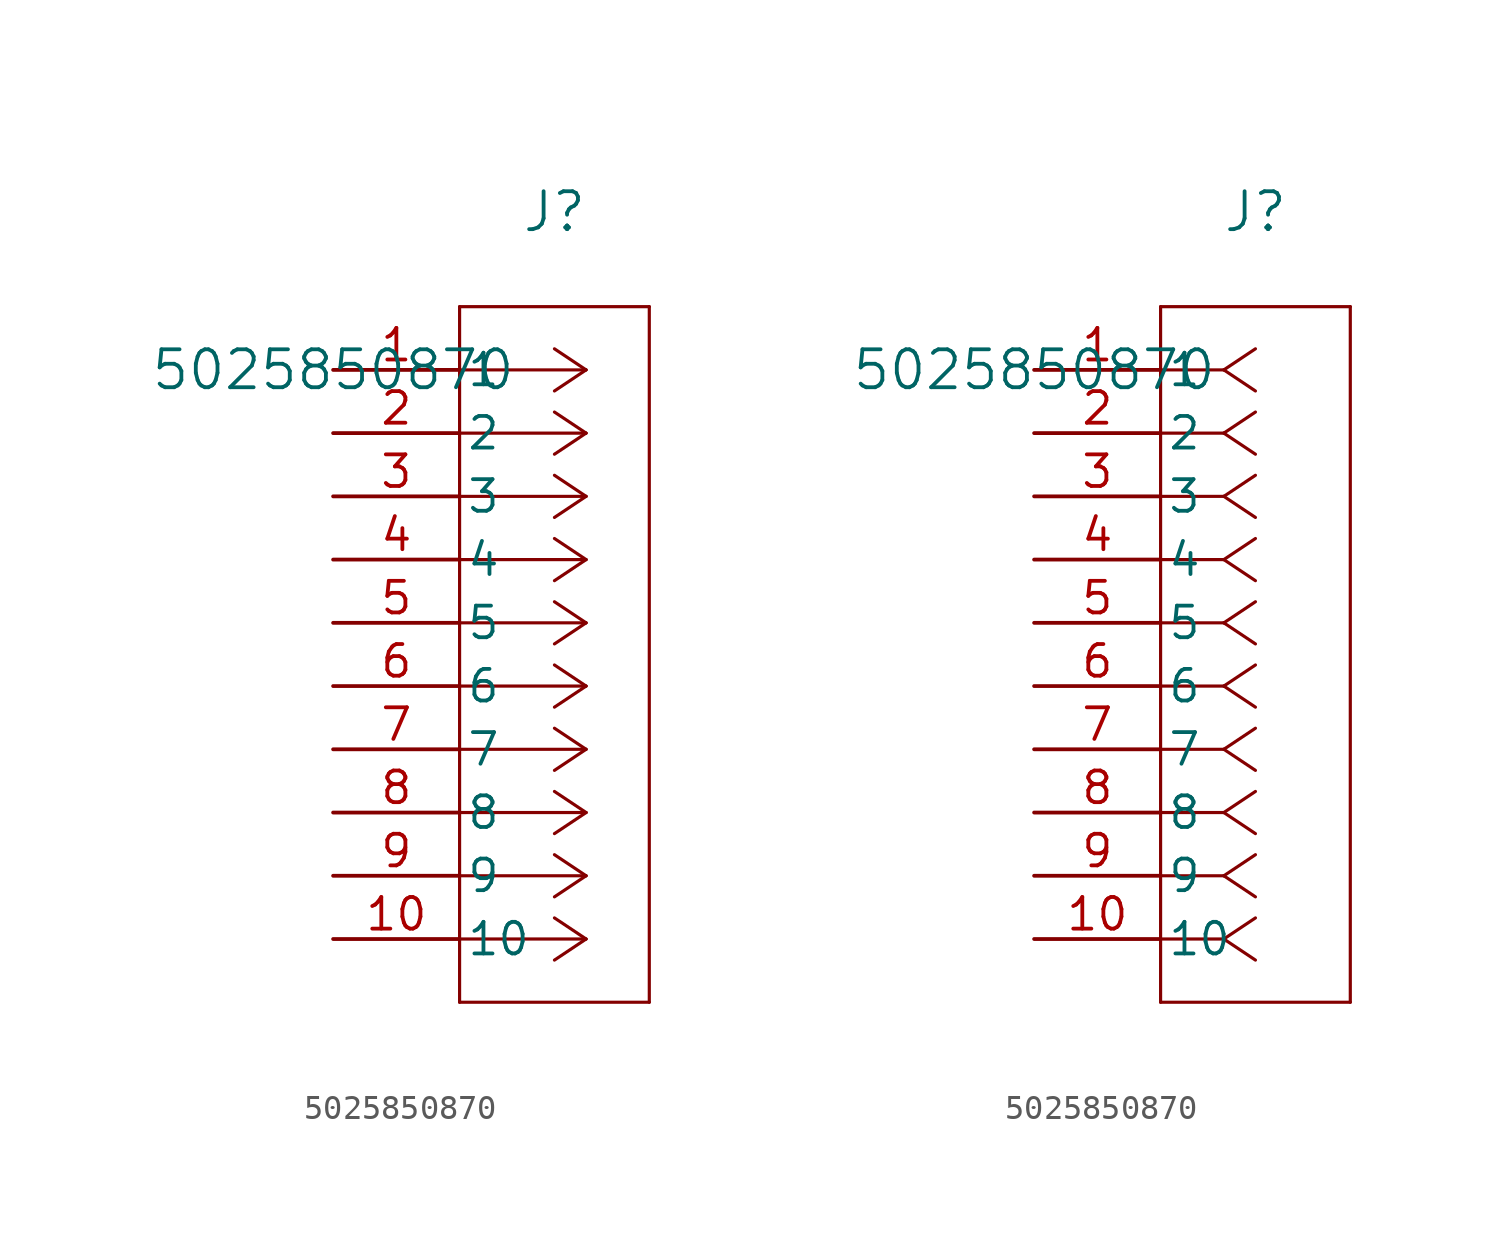
<source format=kicad_sym>
(kicad_symbol_lib
  (version 20211014)
  (generator kicad_symbol_editor)
  (symbol "5025850870"
    (pin_names
      (offset 0.254))
    (property "Reference" "J"
      (at 8.89 6.35 0)
      (effects (font (size 1.524 1.524))))
    (property "Value" "5025850870"
      (at 0 0 0)
      (effects (font (size 1.524 1.524))))
    (symbol "5025850870_1_1"
      (polyline (pts (xy 10.16 0) (xy 5.08 0)) (stroke (width 0.127) (type default) (color 0 0 0 0)) (fill (type none)))
      (polyline (pts (xy 10.16 -2.54) (xy 5.08 -2.54)) (stroke (width 0.127) (type default) (color 0 0 0 0)) (fill (type none)))
      (polyline (pts (xy 10.16 -5.08) (xy 5.08 -5.08)) (stroke (width 0.127) (type default) (color 0 0 0 0)) (fill (type none)))
      (polyline (pts (xy 10.16 -7.62) (xy 5.08 -7.62)) (stroke (width 0.127) (type default) (color 0 0 0 0)) (fill (type none)))
      (polyline (pts (xy 10.16 -10.16) (xy 5.08 -10.16)) (stroke (width 0.127) (type default) (color 0 0 0 0)) (fill (type none)))
      (polyline (pts (xy 10.16 -12.7) (xy 5.08 -12.7)) (stroke (width 0.127) (type default) (color 0 0 0 0)) (fill (type none)))
      (polyline (pts (xy 10.16 -15.24) (xy 5.08 -15.24)) (stroke (width 0.127) (type default) (color 0 0 0 0)) (fill (type none)))
      (polyline (pts (xy 10.16 -17.78) (xy 5.08 -17.78)) (stroke (width 0.127) (type default) (color 0 0 0 0)) (fill (type none)))
      (polyline (pts (xy 10.16 -20.32) (xy 5.08 -20.32)) (stroke (width 0.127) (type default) (color 0 0 0 0)) (fill (type none)))
      (polyline (pts (xy 10.16 -22.86) (xy 5.08 -22.86)) (stroke (width 0.127) (type default) (color 0 0 0 0)) (fill (type none)))
      (polyline (pts (xy 10.16 0) (xy 8.89 0.847)) (stroke (width 0.127) (type default) (color 0 0 0 0)) (fill (type none)))
      (polyline (pts (xy 10.16 -2.54) (xy 8.89 -1.693)) (stroke (width 0.127) (type default) (color 0 0 0 0)) (fill (type none)))
      (polyline (pts (xy 10.16 -5.08) (xy 8.89 -4.233)) (stroke (width 0.127) (type default) (color 0 0 0 0)) (fill (type none)))
      (polyline (pts (xy 10.16 -7.62) (xy 8.89 -6.773)) (stroke (width 0.127) (type default) (color 0 0 0 0)) (fill (type none)))
      (polyline (pts (xy 10.16 -10.16) (xy 8.89 -9.313)) (stroke (width 0.127) (type default) (color 0 0 0 0)) (fill (type none)))
      (polyline (pts (xy 10.16 -12.7) (xy 8.89 -11.853)) (stroke (width 0.127) (type default) (color 0 0 0 0)) (fill (type none)))
      (polyline (pts (xy 10.16 -15.24) (xy 8.89 -14.393)) (stroke (width 0.127) (type default) (color 0 0 0 0)) (fill (type none)))
      (polyline (pts (xy 10.16 -17.78) (xy 8.89 -16.933)) (stroke (width 0.127) (type default) (color 0 0 0 0)) (fill (type none)))
      (polyline (pts (xy 10.16 -20.32) (xy 8.89 -19.473)) (stroke (width 0.127) (type default) (color 0 0 0 0)) (fill (type none)))
      (polyline (pts (xy 10.16 -22.86) (xy 8.89 -22.013)) (stroke (width 0.127) (type default) (color 0 0 0 0)) (fill (type none)))
      (polyline (pts (xy 10.16 0) (xy 8.89 -0.847)) (stroke (width 0.127) (type default) (color 0 0 0 0)) (fill (type none)))
      (polyline (pts (xy 10.16 -2.54) (xy 8.89 -3.387)) (stroke (width 0.127) (type default) (color 0 0 0 0)) (fill (type none)))
      (polyline (pts (xy 10.16 -5.08) (xy 8.89 -5.927)) (stroke (width 0.127) (type default) (color 0 0 0 0)) (fill (type none)))
      (polyline (pts (xy 10.16 -7.62) (xy 8.89 -8.467)) (stroke (width 0.127) (type default) (color 0 0 0 0)) (fill (type none)))
      (polyline (pts (xy 10.16 -10.16) (xy 8.89 -11.007)) (stroke (width 0.127) (type default) (color 0 0 0 0)) (fill (type none)))
      (polyline (pts (xy 10.16 -12.7) (xy 8.89 -13.547)) (stroke (width 0.127) (type default) (color 0 0 0 0)) (fill (type none)))
      (polyline (pts (xy 10.16 -15.24) (xy 8.89 -16.087)) (stroke (width 0.127) (type default) (color 0 0 0 0)) (fill (type none)))
      (polyline (pts (xy 10.16 -17.78) (xy 8.89 -18.627)) (stroke (width 0.127) (type default) (color 0 0 0 0)) (fill (type none)))
      (polyline (pts (xy 10.16 -20.32) (xy 8.89 -21.167)) (stroke (width 0.127) (type default) (color 0 0 0 0)) (fill (type none)))
      (polyline (pts (xy 10.16 -22.86) (xy 8.89 -23.707)) (stroke (width 0.127) (type default) (color 0 0 0 0)) (fill (type none)))
      (polyline (pts (xy 5.08 2.54) (xy 5.08 -25.4)) (stroke (width 0.127) (type default) (color 0 0 0 0)) (fill (type none)))
      (polyline (pts (xy 5.08 -25.4) (xy 12.7 -25.4)) (stroke (width 0.127) (type default) (color 0 0 0 0)) (fill (type none)))
      (polyline (pts (xy 12.7 -25.4) (xy 12.7 2.54)) (stroke (width 0.127) (type default) (color 0 0 0 0)) (fill (type none)))
      (polyline (pts (xy 12.7 2.54) (xy 5.08 2.54)) (stroke (width 0.127) (type default) (color 0 0 0 0)) (fill (type none)))
      (pin unspecified line (at 0 0 0) (length 5.08) (name "1" (effects (font (size 1.27 1.27)))) (number "1" (effects (font (size 1.27 1.27)))))
      (pin unspecified line (at 0 -2.54 0) (length 5.08) (name "2" (effects (font (size 1.27 1.27)))) (number "2" (effects (font (size 1.27 1.27)))))
      (pin unspecified line (at 0 -5.08 0) (length 5.08) (name "3" (effects (font (size 1.27 1.27)))) (number "3" (effects (font (size 1.27 1.27)))))
      (pin unspecified line (at 0 -7.62 0) (length 5.08) (name "4" (effects (font (size 1.27 1.27)))) (number "4" (effects (font (size 1.27 1.27)))))
      (pin unspecified line (at 0 -10.16 0) (length 5.08) (name "5" (effects (font (size 1.27 1.27)))) (number "5" (effects (font (size 1.27 1.27)))))
      (pin unspecified line (at 0 -12.7 0) (length 5.08) (name "6" (effects (font (size 1.27 1.27)))) (number "6" (effects (font (size 1.27 1.27)))))
      (pin unspecified line (at 0 -15.24 0) (length 5.08) (name "7" (effects (font (size 1.27 1.27)))) (number "7" (effects (font (size 1.27 1.27)))))
      (pin unspecified line (at 0 -17.78 0) (length 5.08) (name "8" (effects (font (size 1.27 1.27)))) (number "8" (effects (font (size 1.27 1.27)))))
      (pin unspecified line (at 0 -20.32 0) (length 5.08) (name "9" (effects (font (size 1.27 1.27)))) (number "9" (effects (font (size 1.27 1.27)))))
      (pin unspecified line (at 0 -22.86 0) (length 5.08) (name "10" (effects (font (size 1.27 1.27)))) (number "10" (effects (font (size 1.27 1.27))))))
    (symbol "5025850870_1_2"
      (polyline (pts (xy 7.62 0) (xy 5.08 0)) (stroke (width 0.127) (type default) (color 0 0 0 0)) (fill (type none)))
      (polyline (pts (xy 7.62 -2.54) (xy 5.08 -2.54)) (stroke (width 0.127) (type default) (color 0 0 0 0)) (fill (type none)))
      (polyline (pts (xy 7.62 -5.08) (xy 5.08 -5.08)) (stroke (width 0.127) (type default) (color 0 0 0 0)) (fill (type none)))
      (polyline (pts (xy 7.62 -7.62) (xy 5.08 -7.62)) (stroke (width 0.127) (type default) (color 0 0 0 0)) (fill (type none)))
      (polyline (pts (xy 7.62 -10.16) (xy 5.08 -10.16)) (stroke (width 0.127) (type default) (color 0 0 0 0)) (fill (type none)))
      (polyline (pts (xy 7.62 -12.7) (xy 5.08 -12.7)) (stroke (width 0.127) (type default) (color 0 0 0 0)) (fill (type none)))
      (polyline (pts (xy 7.62 -15.24) (xy 5.08 -15.24)) (stroke (width 0.127) (type default) (color 0 0 0 0)) (fill (type none)))
      (polyline (pts (xy 7.62 -17.78) (xy 5.08 -17.78)) (stroke (width 0.127) (type default) (color 0 0 0 0)) (fill (type none)))
      (polyline (pts (xy 7.62 -20.32) (xy 5.08 -20.32)) (stroke (width 0.127) (type default) (color 0 0 0 0)) (fill (type none)))
      (polyline (pts (xy 7.62 -22.86) (xy 5.08 -22.86)) (stroke (width 0.127) (type default) (color 0 0 0 0)) (fill (type none)))
      (polyline (pts (xy 7.62 0) (xy 8.89 0.847)) (stroke (width 0.127) (type default) (color 0 0 0 0)) (fill (type none)))
      (polyline (pts (xy 7.62 -2.54) (xy 8.89 -1.693)) (stroke (width 0.127) (type default) (color 0 0 0 0)) (fill (type none)))
      (polyline (pts (xy 7.62 -5.08) (xy 8.89 -4.233)) (stroke (width 0.127) (type default) (color 0 0 0 0)) (fill (type none)))
      (polyline (pts (xy 7.62 -7.62) (xy 8.89 -6.773)) (stroke (width 0.127) (type default) (color 0 0 0 0)) (fill (type none)))
      (polyline (pts (xy 7.62 -10.16) (xy 8.89 -9.313)) (stroke (width 0.127) (type default) (color 0 0 0 0)) (fill (type none)))
      (polyline (pts (xy 7.62 -12.7) (xy 8.89 -11.853)) (stroke (width 0.127) (type default) (color 0 0 0 0)) (fill (type none)))
      (polyline (pts (xy 7.62 -15.24) (xy 8.89 -14.393)) (stroke (width 0.127) (type default) (color 0 0 0 0)) (fill (type none)))
      (polyline (pts (xy 7.62 -17.78) (xy 8.89 -16.933)) (stroke (width 0.127) (type default) (color 0 0 0 0)) (fill (type none)))
      (polyline (pts (xy 7.62 -20.32) (xy 8.89 -19.473)) (stroke (width 0.127) (type default) (color 0 0 0 0)) (fill (type none)))
      (polyline (pts (xy 7.62 -22.86) (xy 8.89 -22.013)) (stroke (width 0.127) (type default) (color 0 0 0 0)) (fill (type none)))
      (polyline (pts (xy 7.62 0) (xy 8.89 -0.847)) (stroke (width 0.127) (type default) (color 0 0 0 0)) (fill (type none)))
      (polyline (pts (xy 7.62 -2.54) (xy 8.89 -3.387)) (stroke (width 0.127) (type default) (color 0 0 0 0)) (fill (type none)))
      (polyline (pts (xy 7.62 -5.08) (xy 8.89 -5.927)) (stroke (width 0.127) (type default) (color 0 0 0 0)) (fill (type none)))
      (polyline (pts (xy 7.62 -7.62) (xy 8.89 -8.467)) (stroke (width 0.127) (type default) (color 0 0 0 0)) (fill (type none)))
      (polyline (pts (xy 7.62 -10.16) (xy 8.89 -11.007)) (stroke (width 0.127) (type default) (color 0 0 0 0)) (fill (type none)))
      (polyline (pts (xy 7.62 -12.7) (xy 8.89 -13.547)) (stroke (width 0.127) (type default) (color 0 0 0 0)) (fill (type none)))
      (polyline (pts (xy 7.62 -15.24) (xy 8.89 -16.087)) (stroke (width 0.127) (type default) (color 0 0 0 0)) (fill (type none)))
      (polyline (pts (xy 7.62 -17.78) (xy 8.89 -18.627)) (stroke (width 0.127) (type default) (color 0 0 0 0)) (fill (type none)))
      (polyline (pts (xy 7.62 -20.32) (xy 8.89 -21.167)) (stroke (width 0.127) (type default) (color 0 0 0 0)) (fill (type none)))
      (polyline (pts (xy 7.62 -22.86) (xy 8.89 -23.707)) (stroke (width 0.127) (type default) (color 0 0 0 0)) (fill (type none)))
      (polyline (pts (xy 5.08 2.54) (xy 5.08 -25.4)) (stroke (width 0.127) (type default) (color 0 0 0 0)) (fill (type none)))
      (polyline (pts (xy 5.08 -25.4) (xy 12.7 -25.4)) (stroke (width 0.127) (type default) (color 0 0 0 0)) (fill (type none)))
      (polyline (pts (xy 12.7 -25.4) (xy 12.7 2.54)) (stroke (width 0.127) (type default) (color 0 0 0 0)) (fill (type none)))
      (polyline (pts (xy 12.7 2.54) (xy 5.08 2.54)) (stroke (width 0.127) (type default) (color 0 0 0 0)) (fill (type none)))
      (pin unspecified line (at 0 0 0) (length 5.08) (name "1" (effects (font (size 1.27 1.27)))) (number "1" (effects (font (size 1.27 1.27)))))
      (pin unspecified line (at 0 -2.54 0) (length 5.08) (name "2" (effects (font (size 1.27 1.27)))) (number "2" (effects (font (size 1.27 1.27)))))
      (pin unspecified line (at 0 -5.08 0) (length 5.08) (name "3" (effects (font (size 1.27 1.27)))) (number "3" (effects (font (size 1.27 1.27)))))
      (pin unspecified line (at 0 -7.62 0) (length 5.08) (name "4" (effects (font (size 1.27 1.27)))) (number "4" (effects (font (size 1.27 1.27)))))
      (pin unspecified line (at 0 -10.16 0) (length 5.08) (name "5" (effects (font (size 1.27 1.27)))) (number "5" (effects (font (size 1.27 1.27)))))
      (pin unspecified line (at 0 -12.7 0) (length 5.08) (name "6" (effects (font (size 1.27 1.27)))) (number "6" (effects (font (size 1.27 1.27)))))
      (pin unspecified line (at 0 -15.24 0) (length 5.08) (name "7" (effects (font (size 1.27 1.27)))) (number "7" (effects (font (size 1.27 1.27)))))
      (pin unspecified line (at 0 -17.78 0) (length 5.08) (name "8" (effects (font (size 1.27 1.27)))) (number "8" (effects (font (size 1.27 1.27)))))
      (pin unspecified line (at 0 -20.32 0) (length 5.08) (name "9" (effects (font (size 1.27 1.27)))) (number "9" (effects (font (size 1.27 1.27)))))
      (pin unspecified line (at 0 -22.86 0) (length 5.08) (name "10" (effects (font (size 1.27 1.27)))) (number "10" (effects (font (size 1.27 1.27))))))))
</source>
